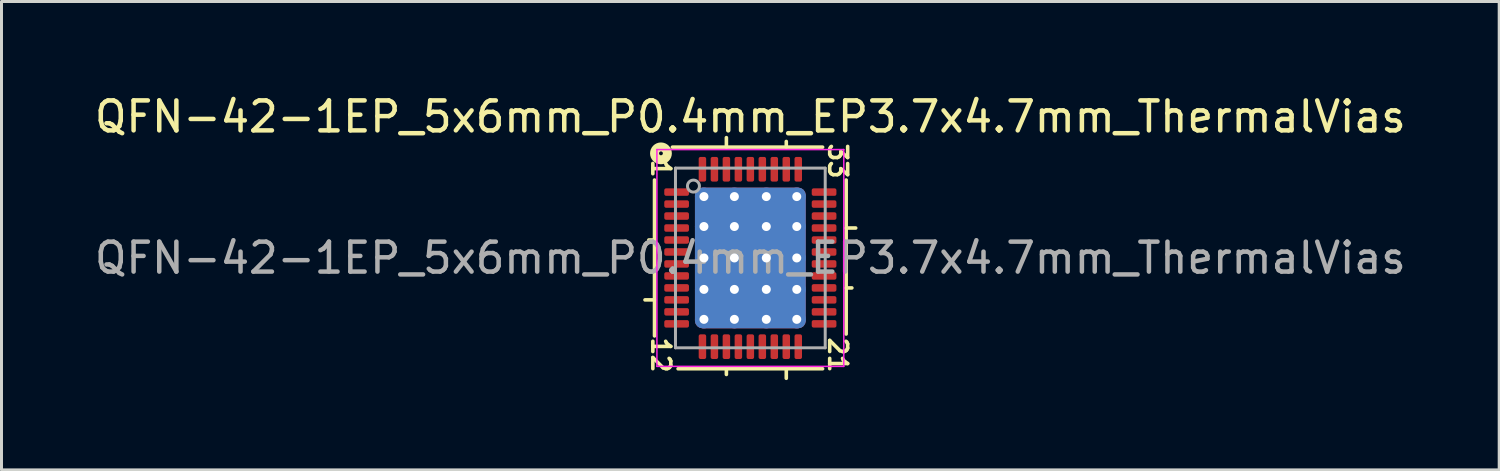
<source format=kicad_pcb>
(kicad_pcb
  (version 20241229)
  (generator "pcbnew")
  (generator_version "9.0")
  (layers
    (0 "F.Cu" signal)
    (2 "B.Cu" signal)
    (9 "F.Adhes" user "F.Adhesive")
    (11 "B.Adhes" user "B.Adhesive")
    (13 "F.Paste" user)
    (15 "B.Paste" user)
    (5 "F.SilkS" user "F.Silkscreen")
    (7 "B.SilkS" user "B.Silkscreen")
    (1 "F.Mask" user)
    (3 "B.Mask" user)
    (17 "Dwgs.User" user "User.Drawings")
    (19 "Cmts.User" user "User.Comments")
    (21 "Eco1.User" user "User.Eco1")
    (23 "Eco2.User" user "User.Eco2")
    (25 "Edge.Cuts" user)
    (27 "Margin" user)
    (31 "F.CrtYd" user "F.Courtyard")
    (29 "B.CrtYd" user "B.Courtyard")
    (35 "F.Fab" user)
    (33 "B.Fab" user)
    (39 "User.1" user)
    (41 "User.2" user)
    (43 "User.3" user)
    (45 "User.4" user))
  (footprint "QFN-42-1EP_5x6mm_P0.4mm_EP3.7x4.7mm_ThermalVias"
    (layer "F.Cu")
    (at 22.006 5.564)
    (property "Reference" "QFN-42-1EP_5x6mm_P0.4mm_EP3.7x4.7mm_ThermalVias" (at 0 -4.716 0) (layer "F.SilkS") (effects (font (size 1 1) (thickness 0.15))))
    (attr smd)
    (fp_line (start -3.2 -2.603) (end -3.2 2.603) (stroke (width 0.12) (type solid)) (layer "F.SilkS"))
    (fp_line (start -3.2 -0.6) (end -3.39 -0.6) (stroke (width 0.12) (type solid)) (layer "F.SilkS"))
    (fp_line (start -3.2 1.4) (end -3.518 1.4) (stroke (width 0.12) (type solid)) (layer "F.SilkS"))
    (fp_line (start -2.413 3.7) (end 2.413 3.7) (stroke (width 0.12) (type solid)) (layer "F.SilkS"))
    (fp_line (start -0.8 -4.018) (end -0.8 -3.7) (stroke (width 0.12) (type solid)) (layer "F.SilkS"))
    (fp_line (start -0.8 3.7) (end -0.8 3.89) (stroke (width 0.12) (type solid)) (layer "F.SilkS"))
    (fp_line (start 1.2 -3.89) (end 1.2 -3.7) (stroke (width 0.12) (type solid)) (layer "F.SilkS"))
    (fp_line (start 1.2 3.7) (end 1.2 4.018) (stroke (width 0.12) (type solid)) (layer "F.SilkS"))
    (fp_line (start 2.413 -3.7) (end -2.603 -3.7) (stroke (width 0.12) (type solid)) (layer "F.SilkS"))
    (fp_line (start 3.2 -1) (end 3.518 -1) (stroke (width 0.12) (type solid)) (layer "F.SilkS"))
    (fp_line (start 3.2 1) (end 3.39 1) (stroke (width 0.12) (type solid)) (layer "F.SilkS"))
    (fp_line (start 3.2 2.54) (end 3.2 -2.603) (stroke (width 0.12) (type solid)) (layer "F.SilkS"))
    (fp_circle (center -2.985 -3.493) (end -2.921 -3.493) (stroke (width 0.3) (type solid)) (fill no) (layer "F.SilkS"))
    (fp_line (start -3.12 -3.62) (end -3.12 3.62) (stroke (width 0.05) (type solid)) (layer "F.CrtYd"))
    (fp_line (start -3.12 3.62) (end 3.12 3.62) (stroke (width 0.05) (type solid)) (layer "F.CrtYd"))
    (fp_line (start 3.12 -3.62) (end -3.12 -3.62) (stroke (width 0.05) (type solid)) (layer "F.CrtYd"))
    (fp_line (start 3.12 3.62) (end 3.12 -3.62) (stroke (width 0.05) (type solid)) (layer "F.CrtYd"))
    (fp_line (start -2.5 -3) (end 2.5 -3) (stroke (width 0.1) (type solid)) (layer "F.Fab"))
    (fp_line (start -2.5 3) (end -2.5 -3) (stroke (width 0.1) (type solid)) (layer "F.Fab"))
    (fp_line (start 2.5 -3) (end 2.5 3) (stroke (width 0.1) (type solid)) (layer "F.Fab"))
    (fp_line (start 2.5 3) (end -2.5 3) (stroke (width 0.1) (type solid)) (layer "F.Fab"))
    (fp_circle (center -1.9 -2.4) (end -1.7 -2.4) (stroke (width 0.1) (type solid)) (fill no) (layer "F.Fab"))
    (fp_text user "1" (at -2.985 -2.985 270) (unlocked yes) (layer "F.SilkS") (effects (font (size 0.6 0.6) (thickness 0.12))))
    (fp_text user "21" (at 2.921 3.239 270) (unlocked yes) (layer "F.SilkS") (effects (font (size 0.6 0.6) (thickness 0.12))))
    (fp_text user "33" (at 2.921 -3.239 270) (unlocked yes) (layer "F.SilkS") (effects (font (size 0.6 0.6) (thickness 0.12))))
    (fp_text user "12" (at -2.985 3.239 270) (unlocked yes) (layer "F.SilkS") (effects (font (size 0.6 0.6) (thickness 0.12))))
    (fp_text user "${REFERENCE}" (at 0 0 0) (layer "F.Fab") (effects (font (size 1 1) (thickness 0.15))))
    (pad "" smd custom (at -1.067 -1.575) (size 0.799 0.799) (layers "F.Paste") (options (anchor circle)) (primitives (gr_poly (pts (xy 0.366 -0.252) (xy 0.366 0.252) (xy 0.274 0.344) (xy -0.274 0.344) (xy -0.366 0.252) (xy -0.366 -0.252) (xy -0.274 -0.344) (xy 0.274 -0.344)) (width 0.222) (fill yes))))
    (pad "" smd custom (at -1.067 -0.525) (size 0.799 0.799) (layers "F.Paste") (options (anchor circle)) (primitives (gr_poly (pts (xy 0.366 -0.252) (xy 0.366 0.252) (xy 0.274 0.344) (xy -0.274 0.344) (xy -0.366 0.252) (xy -0.366 -0.252) (xy -0.274 -0.344) (xy 0.274 -0.344)) (width 0.222) (fill yes))))
    (pad "" smd custom (at -1.067 0.525) (size 0.799 0.799) (layers "F.Paste") (options (anchor circle)) (primitives (gr_poly (pts (xy 0.366 -0.252) (xy 0.366 0.252) (xy 0.274 0.344) (xy -0.274 0.344) (xy -0.366 0.252) (xy -0.366 -0.252) (xy -0.274 -0.344) (xy 0.274 -0.344)) (width 0.222) (fill yes))))
    (pad "" smd custom (at -1.067 1.575) (size 0.799 0.799) (layers "F.Paste") (options (anchor circle)) (primitives (gr_poly (pts (xy 0.366 -0.252) (xy 0.366 0.252) (xy 0.274 0.344) (xy -0.274 0.344) (xy -0.366 0.252) (xy -0.366 -0.252) (xy -0.274 -0.344) (xy 0.274 -0.344)) (width 0.222) (fill yes))))
    (pad "" smd custom (at 0 -1.575) (size 0.799 0.799) (layers "F.Paste") (options (anchor circle)) (primitives (gr_poly (pts (xy 0.366 -0.252) (xy 0.366 0.252) (xy 0.274 0.344) (xy -0.274 0.344) (xy -0.366 0.252) (xy -0.366 -0.252) (xy -0.274 -0.344) (xy 0.274 -0.344)) (width 0.222) (fill yes))))
    (pad "" smd custom (at 0 -0.525) (size 0.799 0.799) (layers "F.Paste") (options (anchor circle)) (primitives (gr_poly (pts (xy 0.366 -0.252) (xy 0.366 0.252) (xy 0.274 0.344) (xy -0.274 0.344) (xy -0.366 0.252) (xy -0.366 -0.252) (xy -0.274 -0.344) (xy 0.274 -0.344)) (width 0.222) (fill yes))))
    (pad "" smd custom (at 0 0.525) (size 0.799 0.799) (layers "F.Paste") (options (anchor circle)) (primitives (gr_poly (pts (xy 0.366 -0.252) (xy 0.366 0.252) (xy 0.274 0.344) (xy -0.274 0.344) (xy -0.366 0.252) (xy -0.366 -0.252) (xy -0.274 -0.344) (xy 0.274 -0.344)) (width 0.222) (fill yes))))
    (pad "" smd custom (at 0 1.575) (size 0.799 0.799) (layers "F.Paste") (options (anchor circle)) (primitives (gr_poly (pts (xy 0.366 -0.252) (xy 0.366 0.252) (xy 0.274 0.344) (xy -0.274 0.344) (xy -0.366 0.252) (xy -0.366 -0.252) (xy -0.274 -0.344) (xy 0.274 -0.344)) (width 0.222) (fill yes))))
    (pad "" smd custom (at 1.067 -1.575) (size 0.799 0.799) (layers "F.Paste") (options (anchor circle)) (primitives (gr_poly (pts (xy 0.366 -0.252) (xy 0.366 0.252) (xy 0.274 0.344) (xy -0.274 0.344) (xy -0.366 0.252) (xy -0.366 -0.252) (xy -0.274 -0.344) (xy 0.274 -0.344)) (width 0.222) (fill yes))))
    (pad "" smd custom (at 1.067 -0.525) (size 0.799 0.799) (layers "F.Paste") (options (anchor circle)) (primitives (gr_poly (pts (xy 0.366 -0.252) (xy 0.366 0.252) (xy 0.274 0.344) (xy -0.274 0.344) (xy -0.366 0.252) (xy -0.366 -0.252) (xy -0.274 -0.344) (xy 0.274 -0.344)) (width 0.222) (fill yes))))
    (pad "" smd custom (at 1.067 0.525) (size 0.799 0.799) (layers "F.Paste") (options (anchor circle)) (primitives (gr_poly (pts (xy 0.366 -0.252) (xy 0.366 0.252) (xy 0.274 0.344) (xy -0.274 0.344) (xy -0.366 0.252) (xy -0.366 -0.252) (xy -0.274 -0.344) (xy 0.274 -0.344)) (width 0.222) (fill yes))))
    (pad "" smd custom (at 1.067 1.575) (size 0.799 0.799) (layers "F.Paste") (options (anchor circle)) (primitives (gr_poly (pts (xy 0.366 -0.252) (xy 0.366 0.252) (xy 0.274 0.344) (xy -0.274 0.344) (xy -0.366 0.252) (xy -0.366 -0.252) (xy -0.274 -0.344) (xy 0.274 -0.344)) (width 0.222) (fill yes))))
    (pad "1" smd roundrect (at -2.462 -2.2) (size 0.825 0.25) (layers "F.Cu" "F.Mask" "F.Paste") (roundrect_rratio 0.25))
    (pad "2" smd roundrect (at -2.462 -1.8) (size 0.825 0.25) (layers "F.Cu" "F.Mask" "F.Paste") (roundrect_rratio 0.25))
    (pad "3" smd roundrect (at -2.462 -1.4) (size 0.825 0.25) (layers "F.Cu" "F.Mask" "F.Paste") (roundrect_rratio 0.25))
    (pad "4" smd roundrect (at -2.462 -1) (size 0.825 0.25) (layers "F.Cu" "F.Mask" "F.Paste") (roundrect_rratio 0.25))
    (pad "5" smd roundrect (at -2.462 -0.6) (size 0.825 0.25) (layers "F.Cu" "F.Mask" "F.Paste") (roundrect_rratio 0.25))
    (pad "6" smd roundrect (at -2.462 -0.2) (size 0.825 0.25) (layers "F.Cu" "F.Mask" "F.Paste") (roundrect_rratio 0.25))
    (pad "7" smd roundrect (at -2.462 0.2) (size 0.825 0.25) (layers "F.Cu" "F.Mask" "F.Paste") (roundrect_rratio 0.25))
    (pad "8" smd roundrect (at -2.462 0.6) (size 0.825 0.25) (layers "F.Cu" "F.Mask" "F.Paste") (roundrect_rratio 0.25))
    (pad "9" smd roundrect (at -2.462 1) (size 0.825 0.25) (layers "F.Cu" "F.Mask" "F.Paste") (roundrect_rratio 0.25))
    (pad "10" smd roundrect (at -2.462 1.4) (size 0.825 0.25) (layers "F.Cu" "F.Mask" "F.Paste") (roundrect_rratio 0.25))
    (pad "11" smd roundrect (at -2.462 1.8) (size 0.825 0.25) (layers "F.Cu" "F.Mask" "F.Paste") (roundrect_rratio 0.25))
    (pad "12" smd roundrect (at -2.462 2.2) (size 0.825 0.25) (layers "F.Cu" "F.Mask" "F.Paste") (roundrect_rratio 0.25))
    (pad "13" smd roundrect (at -1.6 2.962) (size 0.25 0.825) (layers "F.Cu" "F.Mask" "F.Paste") (roundrect_rratio 0.25))
    (pad "14" smd roundrect (at -1.2 2.962) (size 0.25 0.825) (layers "F.Cu" "F.Mask" "F.Paste") (roundrect_rratio 0.25))
    (pad "15" smd roundrect (at -0.8 2.962) (size 0.25 0.825) (layers "F.Cu" "F.Mask" "F.Paste") (roundrect_rratio 0.25))
    (pad "16" smd roundrect (at -0.4 2.962) (size 0.25 0.825) (layers "F.Cu" "F.Mask" "F.Paste") (roundrect_rratio 0.25))
    (pad "17" smd roundrect (at 0 2.962) (size 0.25 0.825) (layers "F.Cu" "F.Mask" "F.Paste") (roundrect_rratio 0.25))
    (pad "18" smd roundrect (at 0.4 2.962) (size 0.25 0.825) (layers "F.Cu" "F.Mask" "F.Paste") (roundrect_rratio 0.25))
    (pad "19" smd roundrect (at 0.8 2.962) (size 0.25 0.825) (layers "F.Cu" "F.Mask" "F.Paste") (roundrect_rratio 0.25))
    (pad "20" smd roundrect (at 1.2 2.962) (size 0.25 0.825) (layers "F.Cu" "F.Mask" "F.Paste") (roundrect_rratio 0.25))
    (pad "21" smd roundrect (at 1.6 2.962) (size 0.25 0.825) (layers "F.Cu" "F.Mask" "F.Paste") (roundrect_rratio 0.25))
    (pad "22" smd roundrect (at 2.462 2.2) (size 0.825 0.25) (layers "F.Cu" "F.Mask" "F.Paste") (roundrect_rratio 0.25))
    (pad "23" smd roundrect (at 2.462 1.8) (size 0.825 0.25) (layers "F.Cu" "F.Mask" "F.Paste") (roundrect_rratio 0.25))
    (pad "24" smd roundrect (at 2.462 1.4) (size 0.825 0.25) (layers "F.Cu" "F.Mask" "F.Paste") (roundrect_rratio 0.25))
    (pad "25" smd roundrect (at 2.462 1) (size 0.825 0.25) (layers "F.Cu" "F.Mask" "F.Paste") (roundrect_rratio 0.25))
    (pad "26" smd roundrect (at 2.462 0.6) (size 0.825 0.25) (layers "F.Cu" "F.Mask" "F.Paste") (roundrect_rratio 0.25))
    (pad "27" smd roundrect (at 2.462 0.2) (size 0.825 0.25) (layers "F.Cu" "F.Mask" "F.Paste") (roundrect_rratio 0.25))
    (pad "28" smd roundrect (at 2.462 -0.2) (size 0.825 0.25) (layers "F.Cu" "F.Mask" "F.Paste") (roundrect_rratio 0.25))
    (pad "29" smd roundrect (at 2.462 -0.6) (size 0.825 0.25) (layers "F.Cu" "F.Mask" "F.Paste") (roundrect_rratio 0.25))
    (pad "30" smd roundrect (at 2.462 -1) (size 0.825 0.25) (layers "F.Cu" "F.Mask" "F.Paste") (roundrect_rratio 0.25))
    (pad "31" smd roundrect (at 2.462 -1.4) (size 0.825 0.25) (layers "F.Cu" "F.Mask" "F.Paste") (roundrect_rratio 0.25))
    (pad "32" smd roundrect (at 2.462 -1.8) (size 0.825 0.25) (layers "F.Cu" "F.Mask" "F.Paste") (roundrect_rratio 0.25))
    (pad "33" smd roundrect (at 2.462 -2.2) (size 0.825 0.25) (layers "F.Cu" "F.Mask" "F.Paste") (roundrect_rratio 0.25))
    (pad "34" smd roundrect (at 1.6 -2.962) (size 0.25 0.825) (layers "F.Cu" "F.Mask" "F.Paste") (roundrect_rratio 0.25))
    (pad "35" smd roundrect (at 1.2 -2.962) (size 0.25 0.825) (layers "F.Cu" "F.Mask" "F.Paste") (roundrect_rratio 0.25))
    (pad "36" smd roundrect (at 0.8 -2.962) (size 0.25 0.825) (layers "F.Cu" "F.Mask" "F.Paste") (roundrect_rratio 0.25))
    (pad "37" smd roundrect (at 0.4 -2.962) (size 0.25 0.825) (layers "F.Cu" "F.Mask" "F.Paste") (roundrect_rratio 0.25))
    (pad "38" smd roundrect (at 0 -2.962) (size 0.25 0.825) (layers "F.Cu" "F.Mask" "F.Paste") (roundrect_rratio 0.25))
    (pad "39" smd roundrect (at -0.4 -2.962) (size 0.25 0.825) (layers "F.Cu" "F.Mask" "F.Paste") (roundrect_rratio 0.25))
    (pad "40" smd roundrect (at -0.8 -2.962) (size 0.25 0.825) (layers "F.Cu" "F.Mask" "F.Paste") (roundrect_rratio 0.25))
    (pad "41" smd roundrect (at -1.2 -2.962) (size 0.25 0.825) (layers "F.Cu" "F.Mask" "F.Paste") (roundrect_rratio 0.25))
    (pad "42" smd roundrect (at -1.6 -2.962) (size 0.25 0.825) (layers "F.Cu" "F.Mask" "F.Paste") (roundrect_rratio 0.25))
    (pad "43" thru_hole circle (at -1.55 -2.05) (size 0.6 0.6) (drill 0.3) (property pad_prop_heatsink) (layers "*.Cu"))
    (pad "43" thru_hole circle (at -1.55 -1.05) (size 0.6 0.6) (drill 0.3) (property pad_prop_heatsink) (layers "*.Cu"))
    (pad "43" thru_hole circle (at -1.55 0) (size 0.6 0.6) (drill 0.3) (property pad_prop_heatsink) (layers "*.Cu"))
    (pad "43" thru_hole circle (at -1.55 1.05) (size 0.6 0.6) (drill 0.3) (property pad_prop_heatsink) (layers "*.Cu"))
    (pad "43" thru_hole circle (at -1.55 2.05) (size 0.6 0.6) (drill 0.3) (property pad_prop_heatsink) (layers "*.Cu"))
    (pad "43" thru_hole circle (at -0.533 -2.05) (size 0.6 0.6) (drill 0.3) (property pad_prop_heatsink) (layers "*.Cu"))
    (pad "43" thru_hole circle (at -0.533 -1.05) (size 0.6 0.6) (drill 0.3) (property pad_prop_heatsink) (layers "*.Cu"))
    (pad "43" thru_hole circle (at -0.533 0) (size 0.6 0.6) (drill 0.3) (property pad_prop_heatsink) (layers "*.Cu"))
    (pad "43" thru_hole circle (at -0.533 1.05) (size 0.6 0.6) (drill 0.3) (property pad_prop_heatsink) (layers "*.Cu"))
    (pad "43" thru_hole circle (at -0.533 2.05) (size 0.6 0.6) (drill 0.3) (property pad_prop_heatsink) (layers "*.Cu"))
    (pad "43" smd roundrect (at 0 0) (size 3.7 4.7) (layers "F.Cu" "F.Mask") (roundrect_rratio 0.068))
    (pad "43" smd roundrect (at 0 0) (size 3.7 4.7) (layers "B.Cu" "B.Mask") (roundrect_rratio 0.068))
    (pad "43" thru_hole circle (at 0.533 -2.05) (size 0.6 0.6) (drill 0.3) (property pad_prop_heatsink) (layers "*.Cu"))
    (pad "43" thru_hole circle (at 0.533 -1.05) (size 0.6 0.6) (drill 0.3) (property pad_prop_heatsink) (layers "*.Cu"))
    (pad "43" thru_hole circle (at 0.533 0) (size 0.6 0.6) (drill 0.3) (property pad_prop_heatsink) (layers "*.Cu"))
    (pad "43" thru_hole circle (at 0.533 1.05) (size 0.6 0.6) (drill 0.3) (property pad_prop_heatsink) (layers "*.Cu"))
    (pad "43" thru_hole circle (at 0.533 2.05) (size 0.6 0.6) (drill 0.3) (property pad_prop_heatsink) (layers "*.Cu"))
    (pad "43" thru_hole circle (at 1.55 -2.05) (size 0.6 0.6) (drill 0.3) (property pad_prop_heatsink) (layers "*.Cu"))
    (pad "43" thru_hole circle (at 1.55 -1.05) (size 0.6 0.6) (drill 0.3) (property pad_prop_heatsink) (layers "*.Cu"))
    (pad "43" thru_hole circle (at 1.55 0) (size 0.6 0.6) (drill 0.3) (property pad_prop_heatsink) (layers "*.Cu"))
    (pad "43" thru_hole circle (at 1.55 1.05) (size 0.6 0.6) (drill 0.3) (property pad_prop_heatsink) (layers "*.Cu"))
    (pad "43" thru_hole circle (at 1.55 2.05) (size 0.6 0.6) (drill 0.3) (property pad_prop_heatsink) (layers "*.Cu")))
  (gr_rect
    (start -3 -3)
    (end 47.012 12.642)
    (stroke (width 0.1) (type default))
    (fill no)
    (layer "Edge.Cuts")))
</source>
